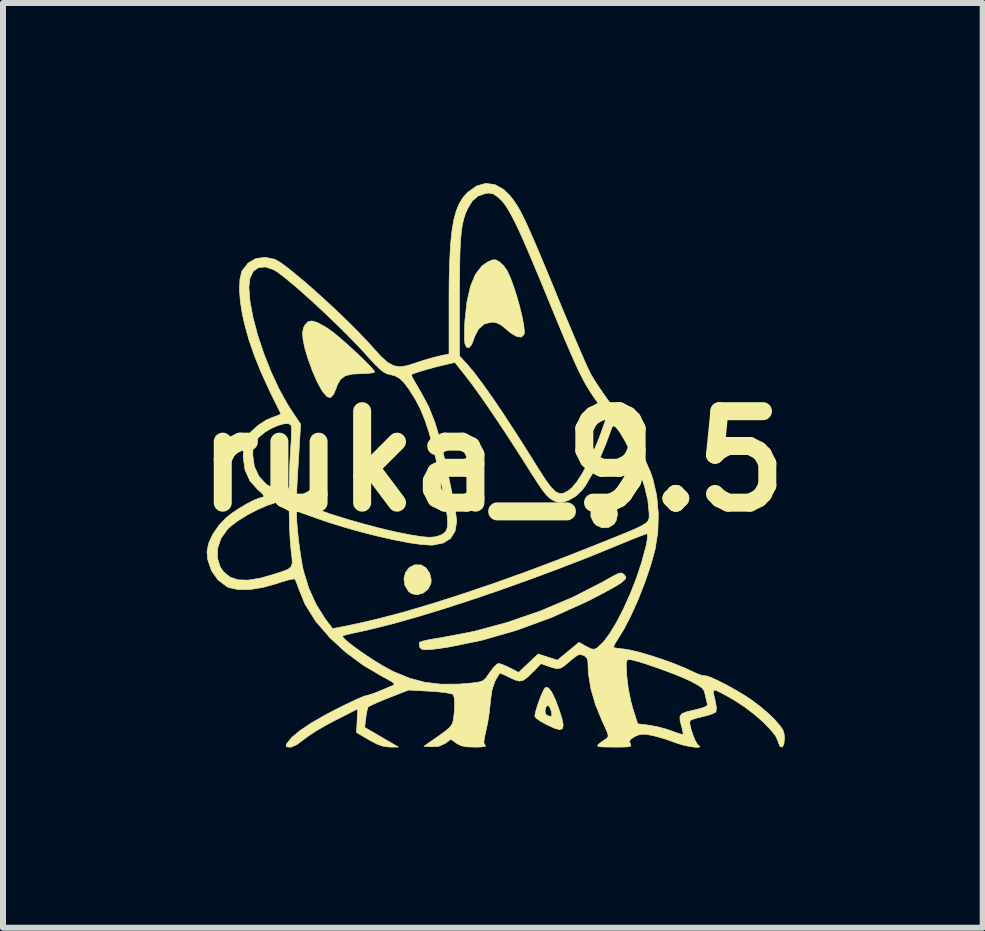
<source format=kicad_pcb>
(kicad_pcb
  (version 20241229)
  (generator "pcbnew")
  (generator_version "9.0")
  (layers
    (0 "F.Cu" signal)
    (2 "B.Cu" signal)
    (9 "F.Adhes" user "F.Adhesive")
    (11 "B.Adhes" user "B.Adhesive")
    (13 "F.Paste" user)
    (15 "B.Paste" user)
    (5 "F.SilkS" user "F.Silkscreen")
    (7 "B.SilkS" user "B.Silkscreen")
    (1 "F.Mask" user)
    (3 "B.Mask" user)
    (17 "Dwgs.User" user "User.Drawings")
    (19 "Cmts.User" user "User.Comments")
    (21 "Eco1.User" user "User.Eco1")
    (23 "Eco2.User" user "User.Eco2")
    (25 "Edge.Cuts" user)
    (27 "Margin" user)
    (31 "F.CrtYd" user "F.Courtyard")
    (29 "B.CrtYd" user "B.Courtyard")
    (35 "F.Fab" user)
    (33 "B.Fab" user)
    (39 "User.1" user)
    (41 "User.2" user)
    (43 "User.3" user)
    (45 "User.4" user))
  (footprint "ruka_9.5"
    (layer "F.Cu")
    (at 5.16 4.634)
    (property "Reference" "ruka_9.5" (at 0 0 0) (layer "F.SilkS") (effects (font (size 1.524 1.524) (thickness 0.3))))
    (attr through_hole)
    (fp_poly (pts (xy -1.194 1.727) (xy -1.112 1.777) (xy -1.052 1.867) (xy -1.027 1.975) (xy -1.032 2.034) (xy -1.079 2.13) (xy -1.16 2.195) (xy -1.256 2.223) (xy -1.35 2.207) (xy -1.405 2.167) (xy -1.467 2.063) (xy -1.481 1.953) (xy -1.454 1.851) (xy -1.392 1.77) (xy -1.302 1.725) (xy -1.194 1.727)) (stroke (width 0.01) (type solid)) (fill yes) (layer "F.SilkS"))
    (fp_poly (pts (xy 1.94 0.656) (xy 2.003 0.694) (xy 2.06 0.777) (xy 2.077 0.885) (xy 2.053 0.992) (xy 2.018 1.046) (xy 1.928 1.103) (xy 1.823 1.109) (xy 1.724 1.066) (xy 1.683 1.024) (xy 1.633 0.922) (xy 1.634 0.821) (xy 1.676 0.734) (xy 1.748 0.67) (xy 1.84 0.64) (xy 1.94 0.656)) (stroke (width 0.01) (type solid)) (fill yes) (layer "F.SilkS"))
    (fp_poly (pts (xy 0.927 3.776) (xy 0.982 3.847) (xy 1.044 3.978) (xy 1.097 4.118) (xy 1.15 4.282) (xy 1.172 4.393) (xy 1.16 4.454) (xy 1.111 4.471) (xy 1.02 4.445) (xy 0.886 4.382) (xy 0.881 4.379) (xy 0.787 4.326) (xy 0.721 4.278) (xy 0.699 4.248) (xy 0.709 4.183) (xy 0.72 4.147) (xy 0.87 4.147) (xy 0.877 4.205) (xy 0.894 4.226) (xy 0.955 4.253) (xy 0.983 4.238) (xy 0.984 4.231) (xy 0.973 4.163) (xy 0.949 4.099) (xy 0.923 4.065) (xy 0.919 4.064) (xy 0.885 4.09) (xy 0.87 4.147) (xy 0.72 4.147) (xy 0.737 4.088) (xy 0.774 3.98) (xy 0.815 3.877) (xy 0.852 3.8) (xy 0.879 3.765) (xy 0.879 3.765) (xy 0.927 3.776)) (stroke (width 0.01) (type solid)) (fill yes) (layer "F.SilkS"))
    (fp_poly (pts (xy -2.929 -2.314) (xy -2.809 -2.25) (xy -2.733 -2.201) (xy -2.655 -2.144) (xy -2.554 -2.06) (xy -2.438 -1.959) (xy -2.317 -1.849) (xy -2.2 -1.739) (xy -2.098 -1.639) (xy -2.02 -1.557) (xy -1.975 -1.502) (xy -1.968 -1.488) (xy -1.998 -1.474) (xy -2.074 -1.464) (xy -2.181 -1.46) (xy -2.183 -1.46) (xy -2.344 -1.452) (xy -2.456 -1.425) (xy -2.532 -1.371) (xy -2.586 -1.283) (xy -2.608 -1.222) (xy -2.655 -1.11) (xy -2.704 -1.061) (xy -2.76 -1.075) (xy -2.827 -1.15) (xy -2.855 -1.192) (xy -2.93 -1.33) (xy -3.006 -1.507) (xy -3.076 -1.698) (xy -3.131 -1.88) (xy -3.162 -2.029) (xy -3.17 -2.145) (xy -3.153 -2.227) (xy -3.129 -2.272) (xy -3.08 -2.324) (xy -3.016 -2.338) (xy -2.929 -2.314)) (stroke (width 0.01) (type solid)) (fill yes) (layer "F.SilkS"))
    (fp_poly (pts (xy 2.162 1.868) (xy 2.187 1.888) (xy 2.216 1.926) (xy 2.208 1.96) (xy 2.156 2.009) (xy 2.143 2.02) (xy 2.084 2.059) (xy 1.978 2.12) (xy 1.839 2.196) (xy 1.677 2.28) (xy 1.54 2.349) (xy 0.97 2.605) (xy 0.386 2.818) (xy -0.195 2.985) (xy -0.731 3.094) (xy -0.914 3.122) (xy -1.044 3.137) (xy -1.131 3.14) (xy -1.184 3.129) (xy -1.213 3.105) (xy -1.22 3.09) (xy -1.225 3.033) (xy -1.215 3.012) (xy -1.175 2.997) (xy -1.086 2.977) (xy -0.963 2.954) (xy -0.857 2.938) (xy -0.315 2.834) (xy 0.243 2.683) (xy 0.799 2.491) (xy 1.335 2.264) (xy 1.833 2.009) (xy 1.882 1.981) (xy 2.002 1.913) (xy 2.081 1.874) (xy 2.13 1.86) (xy 2.162 1.868)) (stroke (width 0.01) (type solid)) (fill yes) (layer "F.SilkS"))
    (fp_poly (pts (xy 0.105 -3.325) (xy 0.108 -3.323) (xy 0.18 -3.256) (xy 0.241 -3.17) (xy 0.241 -3.169) (xy 0.296 -3.048) (xy 0.351 -2.897) (xy 0.404 -2.73) (xy 0.452 -2.559) (xy 0.49 -2.397) (xy 0.516 -2.259) (xy 0.526 -2.157) (xy 0.52 -2.114) (xy 0.476 -2.069) (xy 0.403 -2.076) (xy 0.304 -2.132) (xy 0.234 -2.191) (xy 0.138 -2.27) (xy 0.057 -2.309) (xy -0.017 -2.318) (xy -0.14 -2.288) (xy -0.238 -2.204) (xy -0.307 -2.069) (xy -0.316 -2.039) (xy -0.353 -1.943) (xy -0.396 -1.895) (xy -0.436 -1.9) (xy -0.465 -1.958) (xy -0.472 -2.025) (xy -0.473 -2.137) (xy -0.469 -2.274) (xy -0.465 -2.346) (xy -0.431 -2.66) (xy -0.372 -2.917) (xy -0.289 -3.115) (xy -0.181 -3.255) (xy -0.08 -3.324) (xy -0.004 -3.355) (xy 0.047 -3.356) (xy 0.105 -3.325)) (stroke (width 0.01) (type solid)) (fill yes) (layer "F.SilkS"))
    (fp_poly (pts (xy 0.034 -4.609) (xy 0.181 -4.527) (xy 0.276 -4.435) (xy 0.326 -4.374) (xy 0.375 -4.305) (xy 0.427 -4.222) (xy 0.483 -4.119) (xy 0.546 -3.99) (xy 0.619 -3.829) (xy 0.705 -3.632) (xy 0.807 -3.392) (xy 0.927 -3.104) (xy 1.048 -2.81) (xy 1.157 -2.544) (xy 1.264 -2.289) (xy 1.364 -2.053) (xy 1.454 -1.844) (xy 1.53 -1.669) (xy 1.591 -1.535) (xy 1.631 -1.452) (xy 1.637 -1.442) (xy 1.696 -1.344) (xy 1.783 -1.212) (xy 1.888 -1.061) (xy 2 -0.907) (xy 2.027 -0.87) (xy 2.277 -0.508) (xy 2.48 -0.151) (xy 2.63 0.191) (xy 2.667 0.302) (xy 2.73 0.574) (xy 2.757 0.876) (xy 2.748 1.181) (xy 2.703 1.466) (xy 2.703 1.468) (xy 2.63 1.732) (xy 2.534 2.014) (xy 2.424 2.296) (xy 2.304 2.563) (xy 2.183 2.798) (xy 2.081 2.964) (xy 2.034 3.039) (xy 2.011 3.09) (xy 2.011 3.101) (xy 2.048 3.111) (xy 2.127 3.122) (xy 2.19 3.128) (xy 2.305 3.148) (xy 2.463 3.187) (xy 2.647 3.242) (xy 2.841 3.306) (xy 3.031 3.376) (xy 3.199 3.444) (xy 3.3 3.491) (xy 3.401 3.538) (xy 3.482 3.567) (xy 3.524 3.572) (xy 3.524 3.572) (xy 3.567 3.577) (xy 3.653 3.609) (xy 3.769 3.663) (xy 3.906 3.734) (xy 4.05 3.814) (xy 4.192 3.899) (xy 4.311 3.978) (xy 4.443 4.077) (xy 4.578 4.191) (xy 4.689 4.297) (xy 4.7 4.309) (xy 4.784 4.406) (xy 4.832 4.477) (xy 4.853 4.544) (xy 4.858 4.622) (xy 4.847 4.717) (xy 4.82 4.762) (xy 4.786 4.753) (xy 4.756 4.687) (xy 4.751 4.663) (xy 4.711 4.577) (xy 4.625 4.468) (xy 4.505 4.345) (xy 4.359 4.218) (xy 4.197 4.094) (xy 4.029 3.984) (xy 4.017 3.977) (xy 3.896 3.907) (xy 3.792 3.852) (xy 3.72 3.818) (xy 3.696 3.81) (xy 3.676 3.824) (xy 3.677 3.875) (xy 3.7 3.973) (xy 3.701 3.975) (xy 3.724 4.098) (xy 3.718 4.169) (xy 3.713 4.177) (xy 3.667 4.203) (xy 3.58 4.233) (xy 3.491 4.255) (xy 3.388 4.28) (xy 3.312 4.305) (xy 3.284 4.321) (xy 3.281 4.372) (xy 3.3 4.457) (xy 3.332 4.557) (xy 3.37 4.65) (xy 3.408 4.715) (xy 3.423 4.729) (xy 3.449 4.754) (xy 3.425 4.765) (xy 3.364 4.763) (xy 3.277 4.751) (xy 3.177 4.73) (xy 3.076 4.7) (xy 3.026 4.682) (xy 2.888 4.632) (xy 2.74 4.588) (xy 2.647 4.566) (xy 2.537 4.547) (xy 2.461 4.549) (xy 2.394 4.571) (xy 2.363 4.587) (xy 2.295 4.63) (xy 2.276 4.668) (xy 2.288 4.703) (xy 2.299 4.73) (xy 2.289 4.748) (xy 2.247 4.757) (xy 2.165 4.761) (xy 2.03 4.762) (xy 2.009 4.761) (xy 1.863 4.76) (xy 1.776 4.755) (xy 1.743 4.741) (xy 1.761 4.712) (xy 1.825 4.665) (xy 1.885 4.625) (xy 1.912 4.603) (xy 1.921 4.575) (xy 1.911 4.527) (xy 1.878 4.448) (xy 1.821 4.325) (xy 1.817 4.317) (xy 1.709 4.054) (xy 1.633 3.788) (xy 1.592 3.538) (xy 1.587 3.43) (xy 1.585 3.38) (xy 2.222 3.38) (xy 2.225 3.474) (xy 2.231 3.58) (xy 2.256 3.787) (xy 2.3 4.002) (xy 2.331 4.115) (xy 2.413 4.373) (xy 2.596 4.396) (xy 2.732 4.42) (xy 2.883 4.46) (xy 2.969 4.489) (xy 3.068 4.525) (xy 3.141 4.548) (xy 3.169 4.553) (xy 3.168 4.521) (xy 3.153 4.451) (xy 3.146 4.424) (xy 3.119 4.317) (xy 3.117 4.249) (xy 3.149 4.205) (xy 3.224 4.175) (xy 3.352 4.144) (xy 3.481 4.111) (xy 3.554 4.083) (xy 3.578 4.055) (xy 3.576 4.048) (xy 3.559 3.989) (xy 3.54 3.902) (xy 3.538 3.89) (xy 3.522 3.829) (xy 3.49 3.782) (xy 3.431 3.737) (xy 3.331 3.682) (xy 3.295 3.663) (xy 3.183 3.612) (xy 3.04 3.553) (xy 2.878 3.491) (xy 2.711 3.431) (xy 2.553 3.377) (xy 2.417 3.335) (xy 2.316 3.309) (xy 2.273 3.302) (xy 2.245 3.307) (xy 2.228 3.329) (xy 2.222 3.38) (xy 1.585 3.38) (xy 1.583 3.331) (xy 1.566 3.275) (xy 1.527 3.242) (xy 1.51 3.234) (xy 1.462 3.219) (xy 1.415 3.228) (xy 1.354 3.27) (xy 1.283 3.329) (xy 1.192 3.407) (xy 1.125 3.447) (xy 1.062 3.454) (xy 0.981 3.434) (xy 0.929 3.416) (xy 0.801 3.371) (xy 0.678 3.498) (xy 0.581 3.594) (xy 0.508 3.647) (xy 0.443 3.662) (xy 0.367 3.642) (xy 0.283 3.602) (xy 0.195 3.56) (xy 0.133 3.534) (xy 0.113 3.53) (xy 0.035 3.663) (xy -0.014 3.809) (xy -0.04 3.992) (xy -0.042 4.021) (xy -0.059 4.18) (xy -0.085 4.35) (xy -0.115 4.492) (xy -0.141 4.608) (xy -0.15 4.678) (xy -0.142 4.716) (xy -0.124 4.733) (xy -0.126 4.749) (xy -0.188 4.759) (xy -0.297 4.762) (xy -0.432 4.757) (xy -0.526 4.739) (xy -0.599 4.702) (xy -0.606 4.697) (xy -0.699 4.631) (xy -0.793 4.699) (xy -0.903 4.75) (xy -1.018 4.756) (xy -1.148 4.747) (xy -0.912 4.583) (xy -0.797 4.5) (xy -0.724 4.439) (xy -0.683 4.386) (xy -0.662 4.328) (xy -0.656 4.297) (xy -0.641 4.168) (xy -0.637 4.043) (xy -0.643 3.941) (xy -0.659 3.886) (xy -0.699 3.87) (xy -0.79 3.854) (xy -0.919 3.84) (xy -1.044 3.831) (xy -1.404 3.811) (xy -1.734 3.94) (xy -1.868 3.994) (xy -1.979 4.043) (xy -2.054 4.079) (xy -2.081 4.097) (xy -2.094 4.144) (xy -2.11 4.229) (xy -2.116 4.279) (xy -2.135 4.433) (xy -1.572 4.761) (xy -1.714 4.761) (xy -1.818 4.75) (xy -1.926 4.713) (xy -2.061 4.642) (xy -2.064 4.64) (xy -2.27 4.519) (xy -2.261 4.321) (xy -2.251 4.124) (xy -2.63 4.317) (xy -2.787 4.401) (xy -2.937 4.488) (xy -3.063 4.57) (xy -3.15 4.634) (xy -3.152 4.636) (xy -3.263 4.719) (xy -3.355 4.76) (xy -3.379 4.763) (xy -3.437 4.756) (xy -3.443 4.728) (xy -3.431 4.702) (xy -3.352 4.603) (xy -3.216 4.489) (xy -3.026 4.361) (xy -2.784 4.222) (xy -2.632 4.143) (xy -2.473 4.063) (xy -2.33 3.995) (xy -2.217 3.943) (xy -2.141 3.912) (xy -2.117 3.905) (xy -2.064 3.893) (xy -1.976 3.863) (xy -1.917 3.84) (xy -1.811 3.796) (xy -1.718 3.756) (xy -1.684 3.742) (xy -1.648 3.724) (xy -1.642 3.706) (xy -1.673 3.678) (xy -1.749 3.634) (xy -1.827 3.593) (xy -2.158 3.398) (xy -2.45 3.182) (xy -2.715 2.939) (xy -2.742 2.907) (xy -2.504 2.907) (xy -2.494 2.936) (xy -2.438 2.991) (xy -2.347 3.064) (xy -2.23 3.15) (xy -2.096 3.242) (xy -1.956 3.333) (xy -1.818 3.416) (xy -1.691 3.485) (xy -1.645 3.508) (xy -1.388 3.613) (xy -1.135 3.681) (xy -0.868 3.713) (xy -0.573 3.712) (xy -0.351 3.694) (xy -0.241 3.68) (xy -0.172 3.659) (xy -0.122 3.618) (xy -0.068 3.543) (xy -0.053 3.52) (xy 0.01 3.437) (xy 0.066 3.381) (xy 0.095 3.368) (xy 0.15 3.382) (xy 0.235 3.418) (xy 0.286 3.443) (xy 0.429 3.518) (xy 0.592 3.364) (xy 0.755 3.21) (xy 0.915 3.262) (xy 1.076 3.313) (xy 1.436 3.016) (xy 1.556 3.084) (xy 1.636 3.124) (xy 1.687 3.132) (xy 1.734 3.111) (xy 1.742 3.105) (xy 1.842 3.011) (xy 1.951 2.864) (xy 2.065 2.674) (xy 2.179 2.452) (xy 2.289 2.207) (xy 2.391 1.948) (xy 2.478 1.686) (xy 2.547 1.429) (xy 2.553 1.405) (xy 2.572 1.304) (xy 2.577 1.232) (xy 2.569 1.206) (xy 2.531 1.218) (xy 2.445 1.25) (xy 2.322 1.299) (xy 2.17 1.361) (xy 2.044 1.413) (xy 1.573 1.605) (xy 1.086 1.793) (xy 0.594 1.976) (xy 0.104 2.151) (xy -0.376 2.314) (xy -0.835 2.463) (xy -1.268 2.594) (xy -1.664 2.706) (xy -2.015 2.794) (xy -2.168 2.829) (xy -2.303 2.858) (xy -2.413 2.883) (xy -2.484 2.901) (xy -2.504 2.907) (xy -2.742 2.907) (xy -2.951 2.665) (xy -3.13 2.378) (xy -3.238 2.111) (xy -3.268 2.027) (xy -3.293 1.97) (xy -3.298 1.962) (xy -3.335 1.962) (xy -3.417 1.98) (xy -3.531 2.014) (xy -3.604 2.038) (xy -3.836 2.103) (xy -4.053 2.137) (xy -4.244 2.137) (xy -4.397 2.104) (xy -4.433 2.087) (xy -4.579 1.976) (xy -4.687 1.822) (xy -4.749 1.64) (xy -4.752 1.61) (xy -4.589 1.61) (xy -4.541 1.761) (xy -4.482 1.846) (xy -4.377 1.93) (xy -4.244 1.975) (xy -4.078 1.98) (xy -3.873 1.947) (xy -3.65 1.883) (xy -3.507 1.837) (xy -3.414 1.801) (xy -3.363 1.76) (xy -3.342 1.704) (xy -3.345 1.617) (xy -3.361 1.488) (xy -3.362 1.473) (xy -3.377 1.305) (xy -3.387 1.09) (xy -3.393 0.84) (xy -3.393 0.829) (xy -3.27 0.829) (xy -3.27 0.915) (xy -3.263 1.046) (xy -3.247 1.218) (xy -3.225 1.409) (xy -3.198 1.596) (xy -3.17 1.757) (xy -3.155 1.826) (xy -3.067 2.113) (xy -2.944 2.384) (xy -2.798 2.618) (xy -2.795 2.622) (xy -2.67 2.787) (xy -2.454 2.746) (xy -2.33 2.72) (xy -2.168 2.685) (xy -1.995 2.644) (xy -1.889 2.619) (xy -1.48 2.511) (xy -1.023 2.376) (xy -0.527 2.218) (xy -0.000473 2.04) (xy 0.548 1.844) (xy 1.109 1.633) (xy 1.67 1.412) (xy 1.929 1.308) (xy 2.135 1.225) (xy 2.295 1.159) (xy 2.413 1.107) (xy 2.497 1.064) (xy 2.552 1.028) (xy 2.584 0.995) (xy 2.599 0.962) (xy 2.604 0.925) (xy 2.604 0.88) (xy 2.603 0.862) (xy 2.583 0.654) (xy 2.525 0.411) (xy 2.432 0.144) (xy 2.309 -0.132) (xy 2.301 -0.147) (xy 2.197 -0.347) (xy 2.113 -0.488) (xy 2.049 -0.569) (xy 2.006 -0.591) (xy 1.986 -0.568) (xy 1.879 -0.279) (xy 1.767 -0.016) (xy 1.655 0.213) (xy 1.549 0.395) (xy 1.487 0.482) (xy 1.382 0.581) (xy 1.257 0.652) (xy 1.167 0.682) (xy 1.105 0.688) (xy 1.04 0.667) (xy 1.004 0.651) (xy 0.951 0.618) (xy 0.894 0.564) (xy 0.828 0.481) (xy 0.745 0.36) (xy 0.638 0.193) (xy 0.629 0.179) (xy 0.445 -0.112) (xy 0.26 -0.398) (xy 0.08 -0.67) (xy -0.089 -0.919) (xy -0.241 -1.137) (xy -0.371 -1.315) (xy -0.438 -1.402) (xy -0.632 -1.646) (xy -0.832 -1.6) (xy -0.947 -1.572) (xy -1.074 -1.537) (xy -1.194 -1.502) (xy -1.292 -1.471) (xy -1.351 -1.448) (xy -1.36 -1.443) (xy -1.349 -1.414) (xy -1.311 -1.343) (xy -1.252 -1.241) (xy -1.198 -1.15) (xy -1.068 -0.907) (xy -0.966 -0.649) (xy -0.925 -0.517) (xy -0.883 -0.365) (xy -0.837 -0.182) (xy -0.79 0.022) (xy -0.742 0.234) (xy -0.698 0.443) (xy -0.66 0.636) (xy -0.63 0.803) (xy -0.61 0.931) (xy -0.603 1.006) (xy -0.629 1.164) (xy -0.703 1.284) (xy -0.824 1.361) (xy -0.99 1.395) (xy -1.036 1.397) (xy -1.194 1.386) (xy -1.399 1.357) (xy -1.641 1.31) (xy -1.909 1.25) (xy -2.19 1.179) (xy -2.473 1.099) (xy -2.747 1.014) (xy -2.915 0.956) (xy -3.27 0.829) (xy -3.393 0.829) (xy -3.394 0.571) (xy -3.39 0.298) (xy -3.382 0.035) (xy -3.369 -0.203) (xy -3.368 -0.206) (xy -3.359 -0.352) (xy -3.355 -0.476) (xy -3.355 -0.564) (xy -3.359 -0.598) (xy -3.4 -0.627) (xy -3.478 -0.625) (xy -3.58 -0.596) (xy -3.693 -0.547) (xy -3.802 -0.481) (xy -3.893 -0.406) (xy -3.917 -0.38) (xy -3.97 -0.303) (xy -3.995 -0.219) (xy -4 -0.107) (xy -3.973 0.087) (xy -3.894 0.254) (xy -3.771 0.386) (xy -3.612 0.473) (xy -3.532 0.495) (xy -3.458 0.521) (xy -3.431 0.566) (xy -3.429 0.591) (xy -3.446 0.652) (xy -3.491 0.667) (xy -3.607 0.685) (xy -3.757 0.735) (xy -3.925 0.808) (xy -4.095 0.897) (xy -4.251 0.994) (xy -4.376 1.089) (xy -4.42 1.131) (xy -4.527 1.282) (xy -4.584 1.446) (xy -4.589 1.61) (xy -4.752 1.61) (xy -4.762 1.508) (xy -4.736 1.372) (xy -4.667 1.218) (xy -4.562 1.066) (xy -4.446 0.944) (xy -4.35 0.867) (xy -4.23 0.787) (xy -4.102 0.711) (xy -3.983 0.65) (xy -3.888 0.612) (xy -3.845 0.603) (xy -3.812 0.589) (xy -3.834 0.545) (xy -3.912 0.474) (xy -3.918 0.47) (xy -4.046 0.327) (xy -4.128 0.146) (xy -4.159 -0.068) (xy -4.159 -0.091) (xy -4.151 -0.219) (xy -4.13 -0.33) (xy -4.112 -0.379) (xy -4.031 -0.49) (xy -3.91 -0.599) (xy -3.773 -0.688) (xy -3.664 -0.734) (xy -3.583 -0.762) (xy -3.537 -0.785) (xy -3.532 -0.793) (xy -3.71 -1.154) (xy -3.856 -1.473) (xy -3.973 -1.762) (xy -4.065 -2.029) (xy -4.136 -2.287) (xy -4.173 -2.451) (xy -4.207 -2.666) (xy -4.221 -2.864) (xy -4.219 -2.9) (xy -4.064 -2.9) (xy -4.046 -2.667) (xy -3.996 -2.397) (xy -3.918 -2.102) (xy -3.816 -1.796) (xy -3.696 -1.493) (xy -3.562 -1.205) (xy -3.419 -0.946) (xy -3.352 -0.841) (xy -3.202 -0.619) (xy -3.236 -0.048) (xy -3.25 0.182) (xy -3.26 0.356) (xy -3.266 0.484) (xy -3.265 0.572) (xy -3.258 0.63) (xy -3.244 0.665) (xy -3.221 0.686) (xy -3.189 0.701) (xy -3.151 0.716) (xy -2.938 0.798) (xy -2.692 0.883) (xy -2.425 0.966) (xy -2.149 1.045) (xy -1.875 1.117) (xy -1.616 1.178) (xy -1.382 1.225) (xy -1.186 1.256) (xy -1.057 1.267) (xy -0.957 1.258) (xy -0.877 1.234) (xy -0.822 1.204) (xy -0.783 1.165) (xy -0.76 1.11) (xy -0.753 1.029) (xy -0.76 0.917) (xy -0.783 0.764) (xy -0.82 0.562) (xy -0.854 0.393) (xy -0.928 0.047) (xy -0.997 -0.243) (xy -1.065 -0.486) (xy -1.133 -0.69) (xy -1.204 -0.863) (xy -1.28 -1.011) (xy -1.3 -1.046) (xy -1.4 -1.203) (xy -1.481 -1.312) (xy -1.554 -1.382) (xy -1.629 -1.423) (xy -1.706 -1.443) (xy -1.764 -1.458) (xy -1.82 -1.486) (xy -1.883 -1.535) (xy -1.964 -1.615) (xy -2.072 -1.732) (xy -2.112 -1.777) (xy -2.254 -1.931) (xy -2.419 -2.1) (xy -2.6 -2.279) (xy -2.789 -2.46) (xy -2.978 -2.636) (xy -3.16 -2.8) (xy -3.327 -2.945) (xy -3.471 -3.064) (xy -3.585 -3.15) (xy -3.649 -3.19) (xy -3.788 -3.237) (xy -3.904 -3.227) (xy -3.992 -3.163) (xy -4.047 -3.048) (xy -4.064 -2.9) (xy -4.219 -2.9) (xy -4.213 -3.031) (xy -4.185 -3.154) (xy -4.176 -3.174) (xy -4.078 -3.301) (xy -3.948 -3.377) (xy -3.795 -3.398) (xy -3.631 -3.364) (xy -3.554 -3.321) (xy -3.441 -3.24) (xy -3.298 -3.126) (xy -3.132 -2.987) (xy -2.952 -2.829) (xy -2.763 -2.658) (xy -2.575 -2.482) (xy -2.393 -2.307) (xy -2.226 -2.139) (xy -2.08 -1.985) (xy -2 -1.896) (xy -1.866 -1.748) (xy -1.754 -1.648) (xy -1.653 -1.592) (xy -1.55 -1.574) (xy -1.433 -1.591) (xy -1.301 -1.633) (xy -1.16 -1.68) (xy -1.008 -1.724) (xy -0.913 -1.748) (xy -0.73 -1.788) (xy -0.73 -2.633) (xy -0.73 -2.743) (xy -0.556 -2.743) (xy -0.556 -1.755) (xy -0.428 -1.616) (xy -0.314 -1.48) (xy -0.172 -1.292) (xy -0.003 -1.054) (xy 0.189 -0.77) (xy 0.403 -0.441) (xy 0.637 -0.072) (xy 0.761 0.127) (xy 0.875 0.305) (xy 0.968 0.43) (xy 1.045 0.507) (xy 1.115 0.539) (xy 1.185 0.531) (xy 1.261 0.487) (xy 1.314 0.444) (xy 1.392 0.354) (xy 1.483 0.215) (xy 1.579 0.041) (xy 1.674 -0.158) (xy 1.763 -0.368) (xy 1.806 -0.485) (xy 1.904 -0.764) (xy 1.759 -0.96) (xy 1.69 -1.056) (xy 1.628 -1.148) (xy 1.568 -1.245) (xy 1.508 -1.352) (xy 1.445 -1.476) (xy 1.376 -1.623) (xy 1.297 -1.801) (xy 1.205 -2.015) (xy 1.097 -2.272) (xy 0.971 -2.578) (xy 0.908 -2.731) (xy 0.765 -3.078) (xy 0.642 -3.372) (xy 0.537 -3.616) (xy 0.447 -3.818) (xy 0.37 -3.98) (xy 0.303 -4.11) (xy 0.244 -4.211) (xy 0.191 -4.29) (xy 0.139 -4.35) (xy 0.089 -4.398) (xy 0.01 -4.453) (xy -0.063 -4.468) (xy -0.124 -4.461) (xy -0.247 -4.418) (xy -0.342 -4.336) (xy -0.412 -4.223) (xy -0.451 -4.14) (xy -0.481 -4.052) (xy -0.506 -3.952) (xy -0.524 -3.831) (xy -0.538 -3.682) (xy -0.547 -3.499) (xy -0.552 -3.272) (xy -0.555 -2.996) (xy -0.556 -2.743) (xy -0.73 -2.743) (xy -0.728 -3.014) (xy -0.719 -3.337) (xy -0.705 -3.608) (xy -0.682 -3.834) (xy -0.651 -4.02) (xy -0.61 -4.171) (xy -0.558 -4.295) (xy -0.495 -4.396) (xy -0.419 -4.481) (xy -0.417 -4.482) (xy -0.269 -4.587) (xy -0.118 -4.629) (xy 0.034 -4.609)) (stroke (width 0.01) (type solid)) (fill yes) (layer "F.SilkS")))
  (gr_rect
    (start -3 -3)
    (end 13.32 12.404)
    (stroke (width 0.1) (type default))
    (fill no)
    (layer "Edge.Cuts")))
</source>
